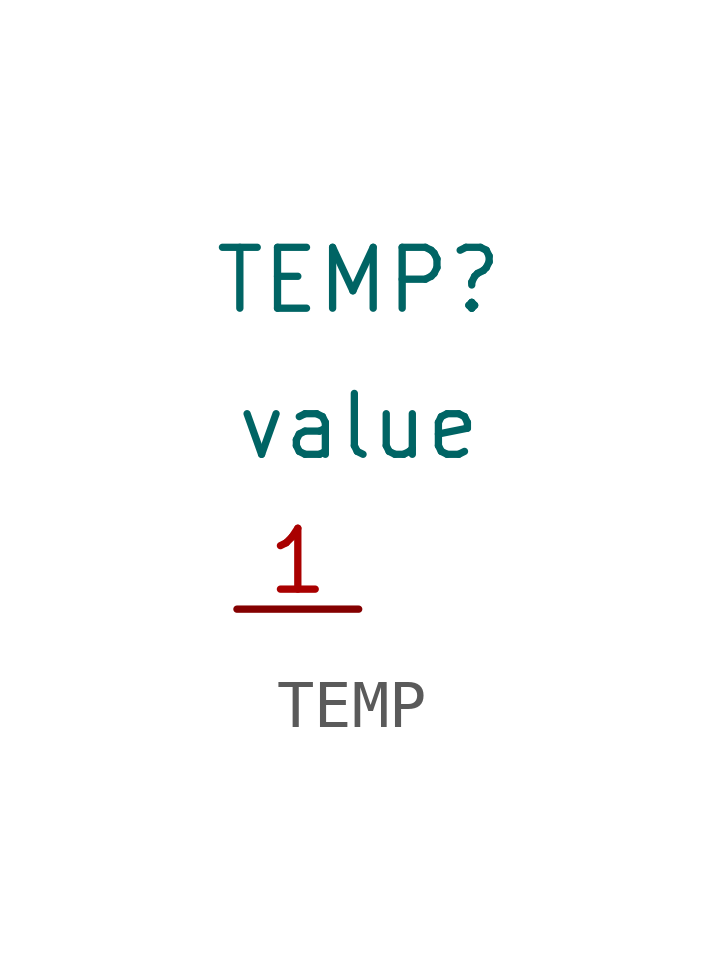
<source format=kicad_sym>
(kicad_symbol_lib
  (version 20231120)
  (generator "kicad_symbol_editor")
  (generator_version "8.0")
  (symbol "TEMP"
    (property "Reference" "TEMP"
      (at 0 3.048 0)
      (effects (font (size 1.27 1.27))))
    (property "Value" "value"
      (at 0 0 0)
      (effects (font (size 1.27 1.27))))
    (symbol "TEMP_0_0"
      (pin unspecified line (at -2.54 -3.81 0) (length 2.54) (name "" (effects (font (size 1.27 1.27)))) (number "1" (effects (font (size 1.27 1.27))))))))
</source>
